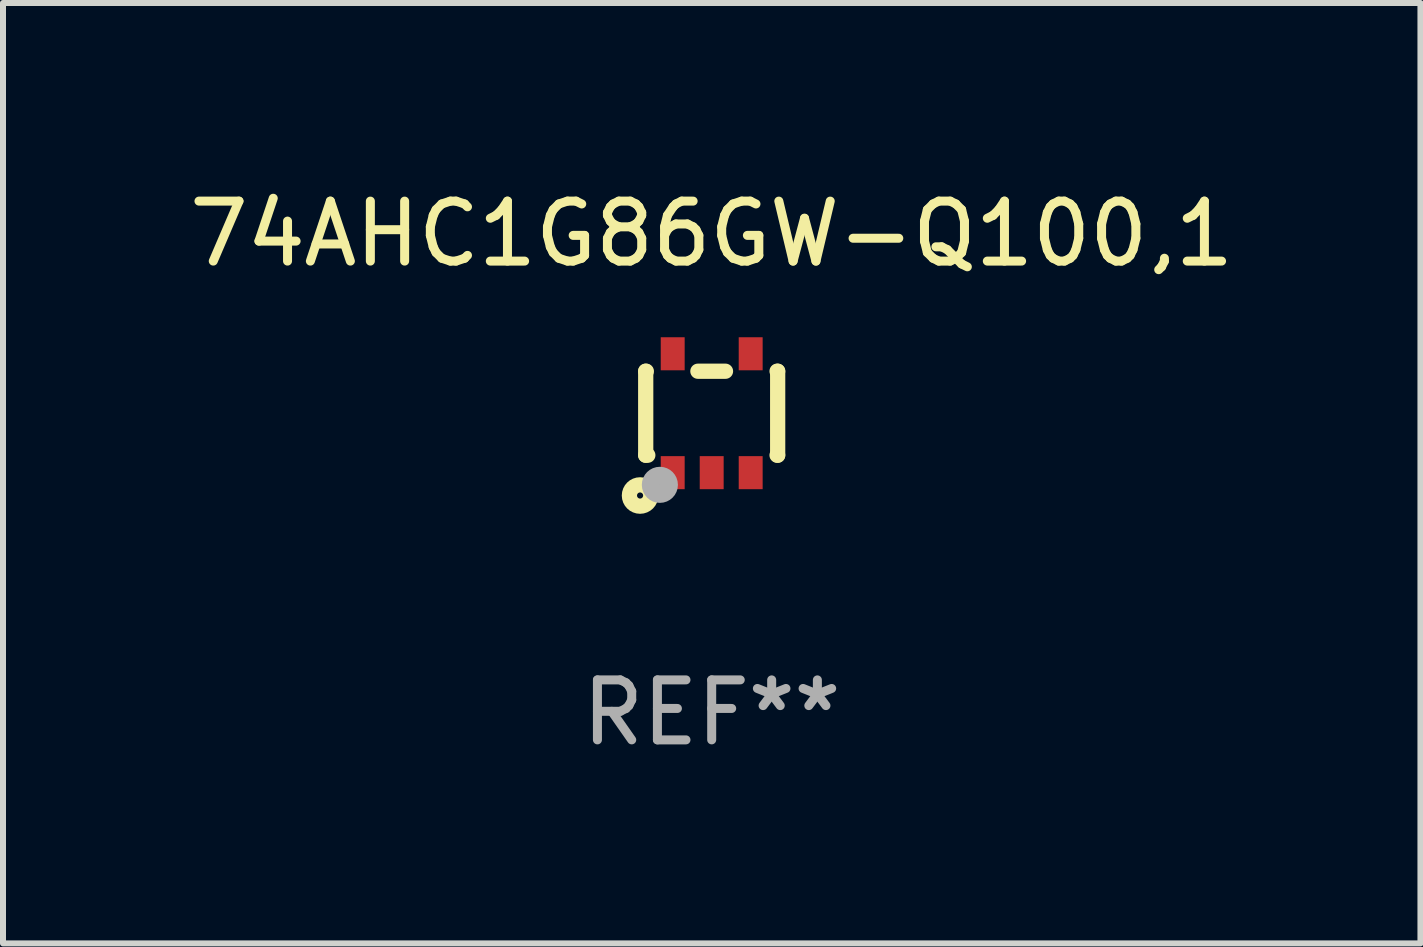
<source format=kicad_pcb>
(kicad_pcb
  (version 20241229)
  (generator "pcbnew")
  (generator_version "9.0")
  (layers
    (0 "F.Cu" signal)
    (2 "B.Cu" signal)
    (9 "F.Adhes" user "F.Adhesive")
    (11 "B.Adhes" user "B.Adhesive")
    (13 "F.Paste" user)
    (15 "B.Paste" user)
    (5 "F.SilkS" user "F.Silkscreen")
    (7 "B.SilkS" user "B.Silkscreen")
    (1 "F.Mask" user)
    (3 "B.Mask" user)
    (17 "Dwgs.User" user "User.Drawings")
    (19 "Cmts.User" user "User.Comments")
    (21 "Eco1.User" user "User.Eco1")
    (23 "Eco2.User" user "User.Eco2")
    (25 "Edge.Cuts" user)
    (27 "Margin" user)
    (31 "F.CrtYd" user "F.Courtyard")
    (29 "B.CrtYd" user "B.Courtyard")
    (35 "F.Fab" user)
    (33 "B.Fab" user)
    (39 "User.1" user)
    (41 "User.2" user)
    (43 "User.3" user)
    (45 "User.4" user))
  (footprint "74AHC1G86GW-Q100,1"
    (layer "F.Cu")
    (at 8.815 3.839)
    (property "Reference" "74AHC1G86GW-Q100,1" (at 0 -2.991 0) (layer "F.SilkS") (effects (font (size 1 1) (thickness 0.15))))
    (attr through_hole)
    (fp_line (start -1.1 -0.7) (end -1.1 0.7) (stroke (width 0.254) (type solid)) (layer "F.SilkS"))
    (fp_line (start -1.1 -0.7) (end -1.09 -0.7) (stroke (width 0.254) (type solid)) (layer "F.SilkS"))
    (fp_line (start -1.1 0.7) (end -1.065 0.7) (stroke (width 0.254) (type solid)) (layer "F.SilkS"))
    (fp_line (start -0.23 -0.7) (end 0.23 -0.7) (stroke (width 0.254) (type solid)) (layer "F.SilkS"))
    (fp_line (start 1.09 -0.7) (end 1.1 -0.7) (stroke (width 0.254) (type solid)) (layer "F.SilkS"))
    (fp_line (start 1.09 0.7) (end 1.1 0.7) (stroke (width 0.254) (type solid)) (layer "F.SilkS"))
    (fp_line (start 1.1 -0.7) (end 1.1 0.7) (stroke (width 0.254) (type solid)) (layer "F.SilkS"))
    (fp_circle (center -1.194 1.372) (end -1.143 1.372) (stroke (width 0.254) (type solid)) (fill no) (layer "F.SilkS"))
    (fp_circle (center -1.05 1.063) (end -1.02 1.063) (stroke (width 0.06) (type solid)) (fill no) (layer "F.SilkS"))
    (fp_circle (center -0.864 1.194) (end -0.713 1.194) (stroke (width 0.3) (type solid)) (fill no) (layer "F.Fab"))
    (fp_text user "REF**" (at 0 4.991 0) (layer "F.Fab") (effects (font (size 1 1) (thickness 0.15))))
    (pad "1" smd rect (at -0.65 0.991 180) (size 0.399 0.551) (layers "F.Cu" "F.Mask" "F.Paste"))
    (pad "2" smd rect (at 0 0.991 180) (size 0.399 0.551) (layers "F.Cu" "F.Mask" "F.Paste"))
    (pad "3" smd rect (at 0.65 0.991 180) (size 0.399 0.551) (layers "F.Cu" "F.Mask" "F.Paste"))
    (pad "4" smd rect (at 0.65 -0.991 180) (size 0.399 0.551) (layers "F.Cu" "F.Mask" "F.Paste"))
    (pad "5" smd rect (at -0.65 -0.991 180) (size 0.399 0.551) (layers "F.Cu" "F.Mask" "F.Paste")))
  (gr_rect
    (start -3 -3)
    (end 20.631 12.678)
    (stroke (width 0.1) (type default))
    (fill no)
    (layer "Edge.Cuts")))
</source>
